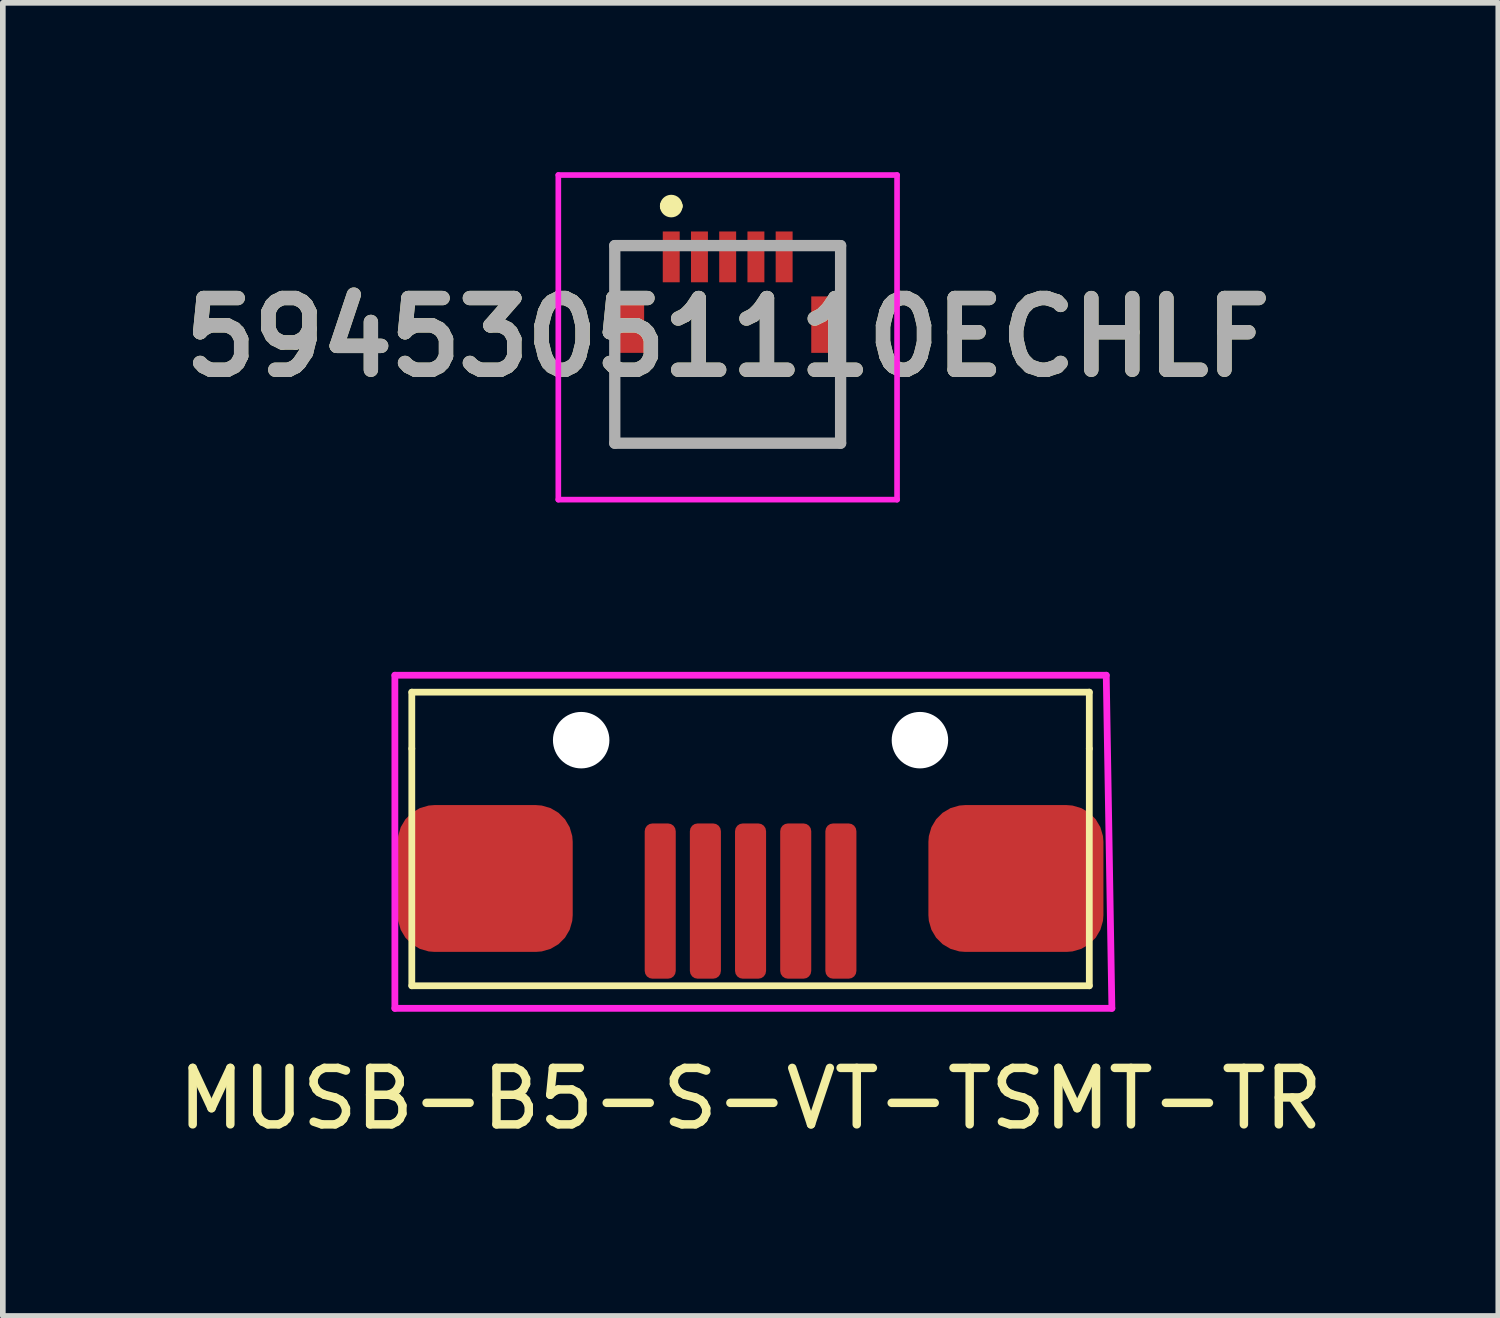
<source format=kicad_pcb>
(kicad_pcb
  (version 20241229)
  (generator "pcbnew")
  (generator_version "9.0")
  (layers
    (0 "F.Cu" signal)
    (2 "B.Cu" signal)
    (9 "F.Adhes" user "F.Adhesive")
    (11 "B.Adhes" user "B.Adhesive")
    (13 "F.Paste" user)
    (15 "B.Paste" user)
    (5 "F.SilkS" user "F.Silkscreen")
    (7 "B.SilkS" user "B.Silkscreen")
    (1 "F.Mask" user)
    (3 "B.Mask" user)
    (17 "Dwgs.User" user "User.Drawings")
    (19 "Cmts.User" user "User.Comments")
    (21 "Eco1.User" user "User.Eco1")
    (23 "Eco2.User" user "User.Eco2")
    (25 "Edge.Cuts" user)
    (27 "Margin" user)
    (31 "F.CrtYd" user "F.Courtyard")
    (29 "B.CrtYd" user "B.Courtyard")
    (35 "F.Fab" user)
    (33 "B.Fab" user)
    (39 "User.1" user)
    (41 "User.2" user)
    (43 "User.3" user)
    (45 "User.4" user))
  (footprint "MUSB-B5-S-VT-TSMT-TR"
    (layer "F.Cu")
    (at 10.244 12.91)
    (property "Reference" "MUSB-B5-S-VT-TSMT-TR" (at 0 3.5 180) (layer "F.SilkS") (effects (font (size 1 1) (thickness 0.15))))
    (attr through_hole)
    (fp_line (start -6 -3.7) (end -6 -2.7) (stroke (width 0.12) (type solid)) (layer "F.SilkS"))
    (fp_line (start -6 -2.7) (end -6 1.5) (stroke (width 0.12) (type solid)) (layer "F.SilkS"))
    (fp_line (start -6 1.5) (end 6 1.5) (stroke (width 0.12) (type solid)) (layer "F.SilkS"))
    (fp_line (start 6 -3.7) (end -6 -3.7) (stroke (width 0.12) (type solid)) (layer "F.SilkS"))
    (fp_line (start 6 -2.7) (end 6 -3.7) (stroke (width 0.12) (type solid)) (layer "F.SilkS"))
    (fp_line (start 6 1.5) (end 6 -2.7) (stroke (width 0.12) (type solid)) (layer "F.SilkS"))
    (fp_line (start -6.3 -4) (end 6.3 -4) (stroke (width 0.12) (type solid)) (layer "F.CrtYd"))
    (fp_line (start -6.3 1.9) (end -6.3 -4) (stroke (width 0.12) (type solid)) (layer "F.CrtYd"))
    (fp_line (start 6.3 -4) (end 6.4 1.9) (stroke (width 0.12) (type solid)) (layer "F.CrtYd"))
    (fp_line (start 6.4 1.9) (end -6.3 1.9) (stroke (width 0.12) (type solid)) (layer "F.CrtYd"))
    (pad "" np_thru_hole circle (at -3 -2.85) (size 1 1) (drill 1) (layers "*.Cu" "*.Mask"))
    (pad "" np_thru_hole circle (at 3 -2.85) (size 1 1) (drill 1) (layers "*.Cu" "*.Mask"))
    (pad "1" smd roundrect (at -1.6 0) (size 0.55 2.75) (layers "F.Cu" "F.Mask" "F.Paste") (roundrect_rratio 0.25))
    (pad "2" smd roundrect (at -0.8 0) (size 0.55 2.75) (layers "F.Cu" "F.Mask" "F.Paste") (roundrect_rratio 0.25))
    (pad "3" smd roundrect (at 0 0) (size 0.55 2.75) (layers "F.Cu" "F.Mask" "F.Paste") (roundrect_rratio 0.25))
    (pad "4" smd roundrect (at 0.8 0) (size 0.55 2.75) (layers "F.Cu" "F.Mask" "F.Paste") (roundrect_rratio 0.25))
    (pad "5" smd roundrect (at 1.6 0) (size 0.55 2.75) (layers "F.Cu" "F.Mask" "F.Paste") (roundrect_rratio 0.25))
    (pad "6" smd roundrect (at 4.7 -0.4) (size 3.1 2.6) (layers "F.Cu" "F.Mask" "F.Paste") (roundrect_rratio 0.25))
    (pad "7" smd roundrect (at -4.7 -0.4) (size 3.1 2.6) (layers "F.Cu" "F.Mask" "F.Paste") (roundrect_rratio 0.25)))
  (footprint "59453051110ECHLF"
    (layer "F.Cu")
    (at 9.839 2.7)
    (property "Reference" "59453051110ECHLF" (at 0 0.225 0) (layer "F.SilkS") (effects (font (size 1.27 1.27) (thickness 0.254))))
    (attr smd)
    (fp_line (start -2 -1.4) (end -2 -0.8) (stroke (width 0.1) (type solid)) (layer "F.SilkS"))
    (fp_line (start -2 0.8) (end -2 2.1) (stroke (width 0.1) (type solid)) (layer "F.SilkS"))
    (fp_line (start -2 2.1) (end 2 2.1) (stroke (width 0.1) (type solid)) (layer "F.SilkS"))
    (fp_line (start -1.4 -1.4) (end -2 -1.4) (stroke (width 0.1) (type solid)) (layer "F.SilkS"))
    (fp_line (start -1.1 -2.1) (end -1.1 -2.1) (stroke (width 0.2) (type solid)) (layer "F.SilkS"))
    (fp_line (start -0.9 -2.1) (end -0.9 -2.1) (stroke (width 0.2) (type solid)) (layer "F.SilkS"))
    (fp_line (start 1.4 -1.4) (end 2 -1.4) (stroke (width 0.1) (type solid)) (layer "F.SilkS"))
    (fp_line (start 2 -1.4) (end 2 -0.8) (stroke (width 0.1) (type solid)) (layer "F.SilkS"))
    (fp_line (start 2 2.1) (end 2 0.8) (stroke (width 0.1) (type solid)) (layer "F.SilkS"))
    (fp_arc (start -1.1 -2.1) (mid -1 -2.2) (end -0.9 -2.1) (stroke (width 0.2) (type solid)) (layer "F.SilkS"))
    (fp_arc (start -0.9 -2.1) (mid -1 -2) (end -1.1 -2.1) (stroke (width 0.2) (type solid)) (layer "F.SilkS"))
    (fp_line (start -3 -2.65) (end 3 -2.65) (stroke (width 0.1) (type solid)) (layer "F.CrtYd"))
    (fp_line (start -3 3.1) (end -3 -2.65) (stroke (width 0.1) (type solid)) (layer "F.CrtYd"))
    (fp_line (start 3 -2.65) (end 3 3.1) (stroke (width 0.1) (type solid)) (layer "F.CrtYd"))
    (fp_line (start 3 3.1) (end -3 3.1) (stroke (width 0.1) (type solid)) (layer "F.CrtYd"))
    (fp_line (start -2 -1.4) (end 2 -1.4) (stroke (width 0.2) (type solid)) (layer "F.Fab"))
    (fp_line (start -2 2.1) (end -2 -1.4) (stroke (width 0.2) (type solid)) (layer "F.Fab"))
    (fp_line (start 2 -1.4) (end 2 2.1) (stroke (width 0.2) (type solid)) (layer "F.Fab"))
    (fp_line (start 2 2.1) (end -2 2.1) (stroke (width 0.2) (type solid)) (layer "F.Fab"))
    (fp_text user "${REFERENCE}" (at 0 0.225 0) (layer "F.Fab") (effects (font (size 1.27 1.27) (thickness 0.254))))
    (pad "1" smd rect (at -1 -1.2) (size 0.3 0.9) (layers "F.Cu" "F.Mask" "F.Paste"))
    (pad "2" smd rect (at -0.5 -1.2) (size 0.3 0.9) (layers "F.Cu" "F.Mask" "F.Paste"))
    (pad "3" smd rect (at 0 -1.2) (size 0.3 0.9) (layers "F.Cu" "F.Mask" "F.Paste"))
    (pad "4" smd rect (at 0.5 -1.2) (size 0.3 0.9) (layers "F.Cu" "F.Mask" "F.Paste"))
    (pad "5" smd rect (at 1 -1.2) (size 0.3 0.9) (layers "F.Cu" "F.Mask" "F.Paste"))
    (pad "6" smd rect (at -1.74 0) (size 0.52 1) (layers "F.Cu" "F.Mask" "F.Paste"))
    (pad "7" smd rect (at 1.74 0) (size 0.52 1) (layers "F.Cu" "F.Mask" "F.Paste")))
  (gr_rect
    (start -3 -3)
    (end 23.488 20.258)
    (stroke (width 0.1) (type default))
    (fill no)
    (layer "Edge.Cuts")))
</source>
